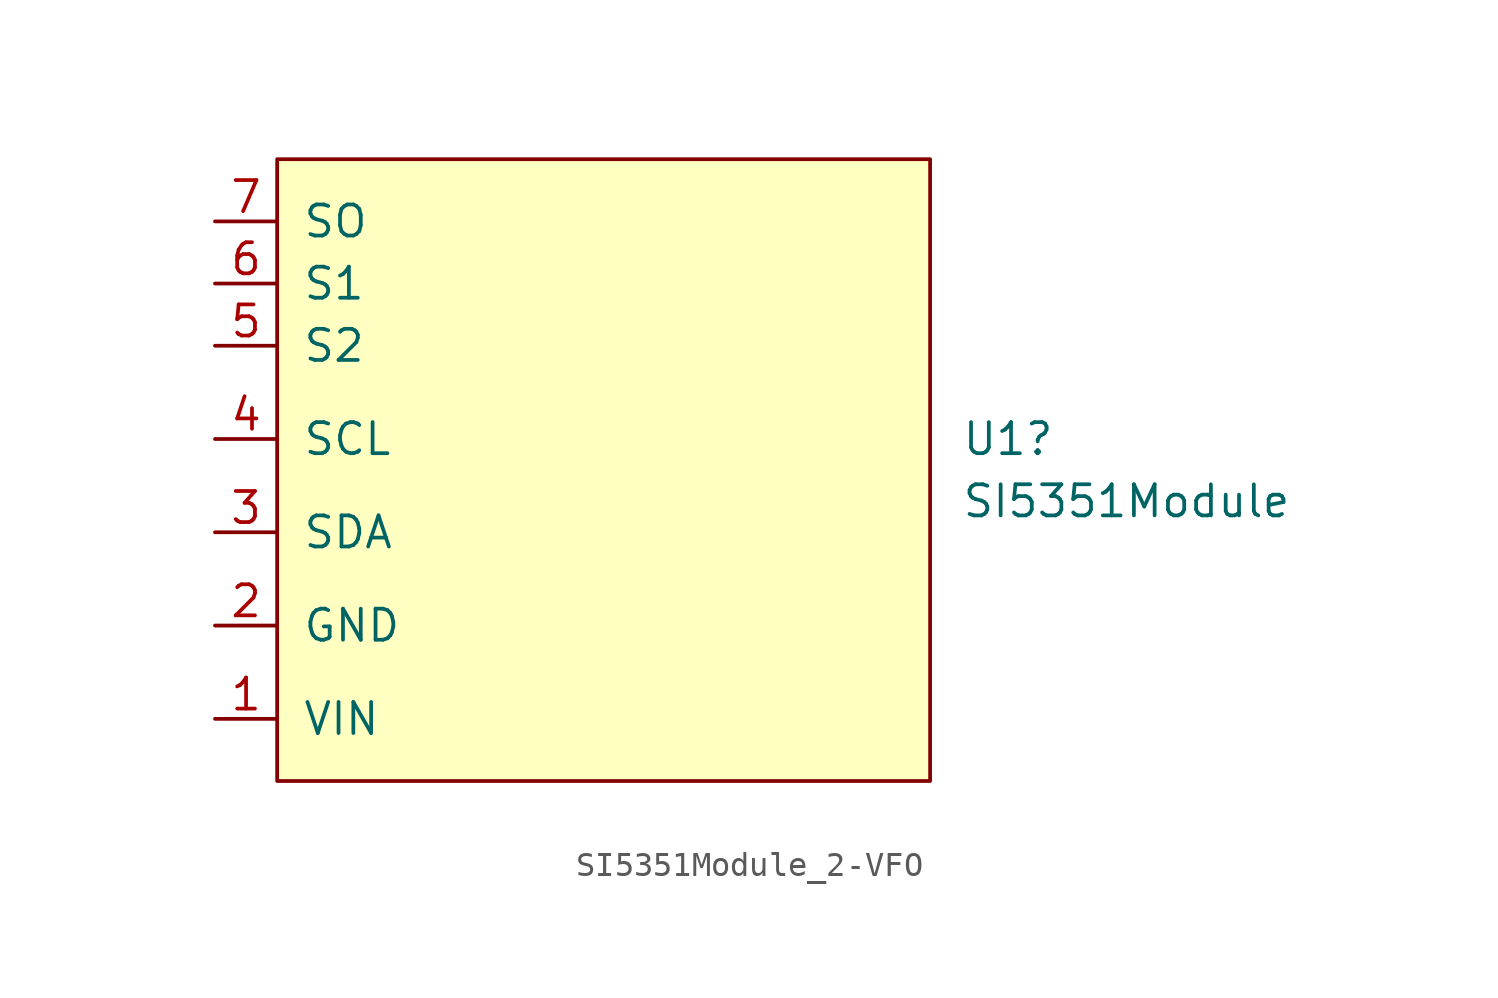
<source format=kicad_sym>
(kicad_symbol_lib
  (version 20231120)
  (generator "kicad_symbol_editor")
  (generator_version "8.0")
  (symbol "SI5351Module_2-VFO"
    (pin_names
      (offset 1.016))
    (property "Reference" "U1"
      (at 15.24 1.27 0)
      (effects (font (size 1.27 1.27)) (justify left)))
    (property "Value" "SI5351Module"
      (at 15.24 -1.27 0)
      (effects (font (size 1.27 1.27)) (justify left)))
    (symbol "SI5351Module_2-VFO_0_1"
      (rectangle (start -12.7 12.7) (end 13.97 -12.7) (stroke (width 0) (type solid)) (fill (type background))))
    (symbol "SI5351Module_2-VFO_1_1"
      (pin input line (at -15.24 -10.16 0) (length 2.54) (name "VIN" (effects (font (size 1.27 1.27)))) (number "1" (effects (font (size 1.27 1.27)))))
      (pin input line (at -15.24 -6.35 0) (length 2.54) (name "GND" (effects (font (size 1.27 1.27)))) (number "2" (effects (font (size 1.27 1.27)))))
      (pin input line (at -15.24 -2.54 0) (length 2.54) (name "SDA" (effects (font (size 1.27 1.27)))) (number "3" (effects (font (size 1.27 1.27)))))
      (pin input line (at -15.24 1.27 0) (length 2.54) (name "SCL" (effects (font (size 1.27 1.27)))) (number "4" (effects (font (size 1.27 1.27)))))
      (pin output line (at -15.24 5.08 0) (length 2.54) (name "S2" (effects (font (size 1.27 1.27)))) (number "5" (effects (font (size 1.27 1.27)))))
      (pin output line (at -15.24 7.62 0) (length 2.54) (name "S1" (effects (font (size 1.27 1.27)))) (number "6" (effects (font (size 1.27 1.27)))))
      (pin output line (at -15.24 10.16 0) (length 2.54) (name "SO" (effects (font (size 1.27 1.27)))) (number "7" (effects (font (size 1.27 1.27))))))))
</source>
